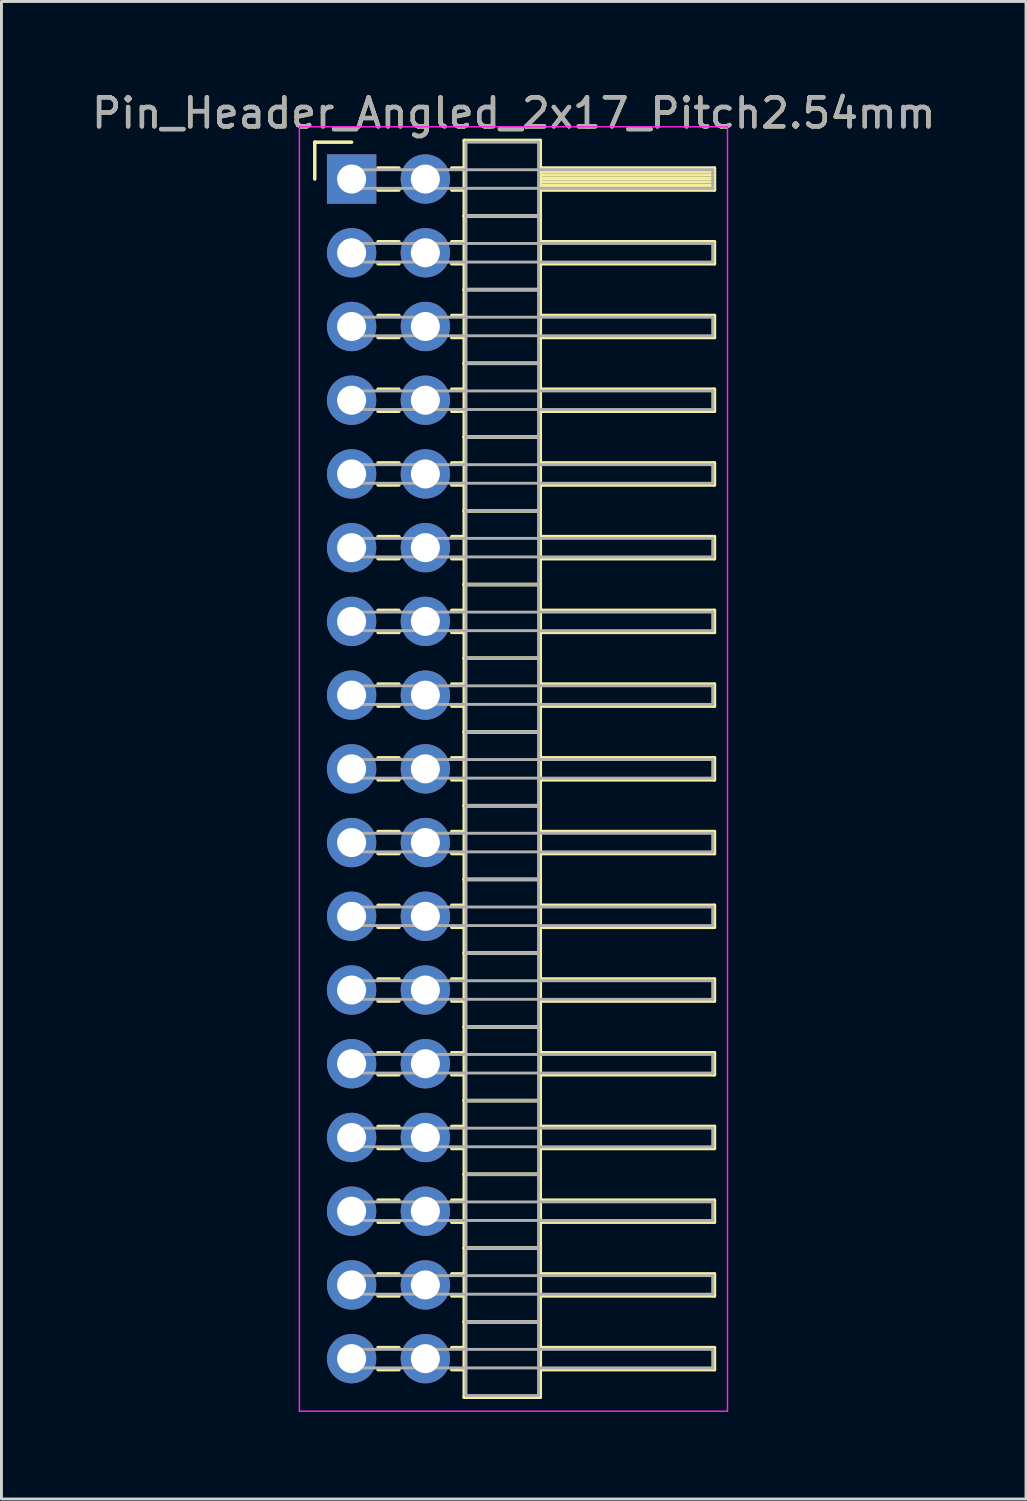
<source format=kicad_pcb>
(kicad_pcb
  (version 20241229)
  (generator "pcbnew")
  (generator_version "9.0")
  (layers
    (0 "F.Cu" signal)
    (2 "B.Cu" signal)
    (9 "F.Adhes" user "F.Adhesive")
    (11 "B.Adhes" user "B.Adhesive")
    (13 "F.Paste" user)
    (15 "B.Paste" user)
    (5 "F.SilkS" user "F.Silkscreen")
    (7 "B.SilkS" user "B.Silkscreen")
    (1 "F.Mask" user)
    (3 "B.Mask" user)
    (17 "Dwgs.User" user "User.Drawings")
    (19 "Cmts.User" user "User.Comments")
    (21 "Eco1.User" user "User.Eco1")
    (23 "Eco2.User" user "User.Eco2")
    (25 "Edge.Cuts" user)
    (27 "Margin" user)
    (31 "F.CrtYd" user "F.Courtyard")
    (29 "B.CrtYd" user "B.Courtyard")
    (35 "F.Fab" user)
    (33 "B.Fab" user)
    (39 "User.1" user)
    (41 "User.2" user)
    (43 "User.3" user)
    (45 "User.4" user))
  (footprint "Pin_Header_Angled_2x17_Pitch2.54mm"
    (layer "F.Cu")
    (at 9.064 3.118)
    (property "Reference" "Pin_Header_Angled_2x17_Pitch2.54mm" (at 5.585 -2.27 0) (layer "F.SilkS") (effects (font (size 1 1) (thickness 0.15))))
    (attr through_hole)
    (fp_line (start -1.27 -1.27) (end 0 -1.27) (stroke (width 0.12) (type solid)) (layer "F.SilkS"))
    (fp_line (start -1.27 0) (end -1.27 -1.27) (stroke (width 0.12) (type solid)) (layer "F.SilkS"))
    (fp_line (start 0.91 -0.38) (end 1.63 -0.38) (stroke (width 0.12) (type solid)) (layer "F.SilkS"))
    (fp_line (start 0.91 0.38) (end 1.63 0.38) (stroke (width 0.12) (type solid)) (layer "F.SilkS"))
    (fp_line (start 0.91 2.16) (end 1.63 2.16) (stroke (width 0.12) (type solid)) (layer "F.SilkS"))
    (fp_line (start 0.91 2.92) (end 1.63 2.92) (stroke (width 0.12) (type solid)) (layer "F.SilkS"))
    (fp_line (start 0.91 4.7) (end 1.63 4.7) (stroke (width 0.12) (type solid)) (layer "F.SilkS"))
    (fp_line (start 0.91 5.46) (end 1.63 5.46) (stroke (width 0.12) (type solid)) (layer "F.SilkS"))
    (fp_line (start 0.91 7.24) (end 1.63 7.24) (stroke (width 0.12) (type solid)) (layer "F.SilkS"))
    (fp_line (start 0.91 8) (end 1.63 8) (stroke (width 0.12) (type solid)) (layer "F.SilkS"))
    (fp_line (start 0.91 9.78) (end 1.63 9.78) (stroke (width 0.12) (type solid)) (layer "F.SilkS"))
    (fp_line (start 0.91 10.54) (end 1.63 10.54) (stroke (width 0.12) (type solid)) (layer "F.SilkS"))
    (fp_line (start 0.91 12.32) (end 1.63 12.32) (stroke (width 0.12) (type solid)) (layer "F.SilkS"))
    (fp_line (start 0.91 13.08) (end 1.63 13.08) (stroke (width 0.12) (type solid)) (layer "F.SilkS"))
    (fp_line (start 0.91 14.86) (end 1.63 14.86) (stroke (width 0.12) (type solid)) (layer "F.SilkS"))
    (fp_line (start 0.91 15.62) (end 1.63 15.62) (stroke (width 0.12) (type solid)) (layer "F.SilkS"))
    (fp_line (start 0.91 17.4) (end 1.63 17.4) (stroke (width 0.12) (type solid)) (layer "F.SilkS"))
    (fp_line (start 0.91 18.16) (end 1.63 18.16) (stroke (width 0.12) (type solid)) (layer "F.SilkS"))
    (fp_line (start 0.91 19.94) (end 1.63 19.94) (stroke (width 0.12) (type solid)) (layer "F.SilkS"))
    (fp_line (start 0.91 20.7) (end 1.63 20.7) (stroke (width 0.12) (type solid)) (layer "F.SilkS"))
    (fp_line (start 0.91 22.48) (end 1.63 22.48) (stroke (width 0.12) (type solid)) (layer "F.SilkS"))
    (fp_line (start 0.91 23.24) (end 1.63 23.24) (stroke (width 0.12) (type solid)) (layer "F.SilkS"))
    (fp_line (start 0.91 25.02) (end 1.63 25.02) (stroke (width 0.12) (type solid)) (layer "F.SilkS"))
    (fp_line (start 0.91 25.78) (end 1.63 25.78) (stroke (width 0.12) (type solid)) (layer "F.SilkS"))
    (fp_line (start 0.91 27.56) (end 1.63 27.56) (stroke (width 0.12) (type solid)) (layer "F.SilkS"))
    (fp_line (start 0.91 28.32) (end 1.63 28.32) (stroke (width 0.12) (type solid)) (layer "F.SilkS"))
    (fp_line (start 0.91 30.1) (end 1.63 30.1) (stroke (width 0.12) (type solid)) (layer "F.SilkS"))
    (fp_line (start 0.91 30.86) (end 1.63 30.86) (stroke (width 0.12) (type solid)) (layer "F.SilkS"))
    (fp_line (start 0.91 32.64) (end 1.63 32.64) (stroke (width 0.12) (type solid)) (layer "F.SilkS"))
    (fp_line (start 0.91 33.4) (end 1.63 33.4) (stroke (width 0.12) (type solid)) (layer "F.SilkS"))
    (fp_line (start 0.91 35.18) (end 1.63 35.18) (stroke (width 0.12) (type solid)) (layer "F.SilkS"))
    (fp_line (start 0.91 35.94) (end 1.63 35.94) (stroke (width 0.12) (type solid)) (layer "F.SilkS"))
    (fp_line (start 0.91 37.72) (end 1.63 37.72) (stroke (width 0.12) (type solid)) (layer "F.SilkS"))
    (fp_line (start 0.91 38.48) (end 1.63 38.48) (stroke (width 0.12) (type solid)) (layer "F.SilkS"))
    (fp_line (start 0.91 40.26) (end 1.63 40.26) (stroke (width 0.12) (type solid)) (layer "F.SilkS"))
    (fp_line (start 0.91 41.02) (end 1.63 41.02) (stroke (width 0.12) (type solid)) (layer "F.SilkS"))
    (fp_line (start 3.45 -0.38) (end 3.88 -0.38) (stroke (width 0.12) (type solid)) (layer "F.SilkS"))
    (fp_line (start 3.45 0.38) (end 3.88 0.38) (stroke (width 0.12) (type solid)) (layer "F.SilkS"))
    (fp_line (start 3.45 2.16) (end 3.88 2.16) (stroke (width 0.12) (type solid)) (layer "F.SilkS"))
    (fp_line (start 3.45 2.92) (end 3.88 2.92) (stroke (width 0.12) (type solid)) (layer "F.SilkS"))
    (fp_line (start 3.45 4.7) (end 3.88 4.7) (stroke (width 0.12) (type solid)) (layer "F.SilkS"))
    (fp_line (start 3.45 5.46) (end 3.88 5.46) (stroke (width 0.12) (type solid)) (layer "F.SilkS"))
    (fp_line (start 3.45 7.24) (end 3.88 7.24) (stroke (width 0.12) (type solid)) (layer "F.SilkS"))
    (fp_line (start 3.45 8) (end 3.88 8) (stroke (width 0.12) (type solid)) (layer "F.SilkS"))
    (fp_line (start 3.45 9.78) (end 3.88 9.78) (stroke (width 0.12) (type solid)) (layer "F.SilkS"))
    (fp_line (start 3.45 10.54) (end 3.88 10.54) (stroke (width 0.12) (type solid)) (layer "F.SilkS"))
    (fp_line (start 3.45 12.32) (end 3.88 12.32) (stroke (width 0.12) (type solid)) (layer "F.SilkS"))
    (fp_line (start 3.45 13.08) (end 3.88 13.08) (stroke (width 0.12) (type solid)) (layer "F.SilkS"))
    (fp_line (start 3.45 14.86) (end 3.88 14.86) (stroke (width 0.12) (type solid)) (layer "F.SilkS"))
    (fp_line (start 3.45 15.62) (end 3.88 15.62) (stroke (width 0.12) (type solid)) (layer "F.SilkS"))
    (fp_line (start 3.45 17.4) (end 3.88 17.4) (stroke (width 0.12) (type solid)) (layer "F.SilkS"))
    (fp_line (start 3.45 18.16) (end 3.88 18.16) (stroke (width 0.12) (type solid)) (layer "F.SilkS"))
    (fp_line (start 3.45 19.94) (end 3.88 19.94) (stroke (width 0.12) (type solid)) (layer "F.SilkS"))
    (fp_line (start 3.45 20.7) (end 3.88 20.7) (stroke (width 0.12) (type solid)) (layer "F.SilkS"))
    (fp_line (start 3.45 22.48) (end 3.88 22.48) (stroke (width 0.12) (type solid)) (layer "F.SilkS"))
    (fp_line (start 3.45 23.24) (end 3.88 23.24) (stroke (width 0.12) (type solid)) (layer "F.SilkS"))
    (fp_line (start 3.45 25.02) (end 3.88 25.02) (stroke (width 0.12) (type solid)) (layer "F.SilkS"))
    (fp_line (start 3.45 25.78) (end 3.88 25.78) (stroke (width 0.12) (type solid)) (layer "F.SilkS"))
    (fp_line (start 3.45 27.56) (end 3.88 27.56) (stroke (width 0.12) (type solid)) (layer "F.SilkS"))
    (fp_line (start 3.45 28.32) (end 3.88 28.32) (stroke (width 0.12) (type solid)) (layer "F.SilkS"))
    (fp_line (start 3.45 30.1) (end 3.88 30.1) (stroke (width 0.12) (type solid)) (layer "F.SilkS"))
    (fp_line (start 3.45 30.86) (end 3.88 30.86) (stroke (width 0.12) (type solid)) (layer "F.SilkS"))
    (fp_line (start 3.45 32.64) (end 3.88 32.64) (stroke (width 0.12) (type solid)) (layer "F.SilkS"))
    (fp_line (start 3.45 33.4) (end 3.88 33.4) (stroke (width 0.12) (type solid)) (layer "F.SilkS"))
    (fp_line (start 3.45 35.18) (end 3.88 35.18) (stroke (width 0.12) (type solid)) (layer "F.SilkS"))
    (fp_line (start 3.45 35.94) (end 3.88 35.94) (stroke (width 0.12) (type solid)) (layer "F.SilkS"))
    (fp_line (start 3.45 37.72) (end 3.88 37.72) (stroke (width 0.12) (type solid)) (layer "F.SilkS"))
    (fp_line (start 3.45 38.48) (end 3.88 38.48) (stroke (width 0.12) (type solid)) (layer "F.SilkS"))
    (fp_line (start 3.45 40.26) (end 3.88 40.26) (stroke (width 0.12) (type solid)) (layer "F.SilkS"))
    (fp_line (start 3.45 41.02) (end 3.88 41.02) (stroke (width 0.12) (type solid)) (layer "F.SilkS"))
    (fp_line (start 3.88 -1.33) (end 3.88 1.27) (stroke (width 0.12) (type solid)) (layer "F.SilkS"))
    (fp_line (start 3.88 1.27) (end 3.88 3.81) (stroke (width 0.12) (type solid)) (layer "F.SilkS"))
    (fp_line (start 3.88 1.27) (end 6.5 1.27) (stroke (width 0.12) (type solid)) (layer "F.SilkS"))
    (fp_line (start 3.88 3.81) (end 3.88 6.35) (stroke (width 0.12) (type solid)) (layer "F.SilkS"))
    (fp_line (start 3.88 3.81) (end 6.5 3.81) (stroke (width 0.12) (type solid)) (layer "F.SilkS"))
    (fp_line (start 3.88 6.35) (end 3.88 8.89) (stroke (width 0.12) (type solid)) (layer "F.SilkS"))
    (fp_line (start 3.88 6.35) (end 6.5 6.35) (stroke (width 0.12) (type solid)) (layer "F.SilkS"))
    (fp_line (start 3.88 8.89) (end 3.88 11.43) (stroke (width 0.12) (type solid)) (layer "F.SilkS"))
    (fp_line (start 3.88 8.89) (end 6.5 8.89) (stroke (width 0.12) (type solid)) (layer "F.SilkS"))
    (fp_line (start 3.88 11.43) (end 3.88 13.97) (stroke (width 0.12) (type solid)) (layer "F.SilkS"))
    (fp_line (start 3.88 11.43) (end 6.5 11.43) (stroke (width 0.12) (type solid)) (layer "F.SilkS"))
    (fp_line (start 3.88 13.97) (end 3.88 16.51) (stroke (width 0.12) (type solid)) (layer "F.SilkS"))
    (fp_line (start 3.88 13.97) (end 6.5 13.97) (stroke (width 0.12) (type solid)) (layer "F.SilkS"))
    (fp_line (start 3.88 16.51) (end 3.88 19.05) (stroke (width 0.12) (type solid)) (layer "F.SilkS"))
    (fp_line (start 3.88 16.51) (end 6.5 16.51) (stroke (width 0.12) (type solid)) (layer "F.SilkS"))
    (fp_line (start 3.88 19.05) (end 3.88 21.59) (stroke (width 0.12) (type solid)) (layer "F.SilkS"))
    (fp_line (start 3.88 19.05) (end 6.5 19.05) (stroke (width 0.12) (type solid)) (layer "F.SilkS"))
    (fp_line (start 3.88 21.59) (end 3.88 24.13) (stroke (width 0.12) (type solid)) (layer "F.SilkS"))
    (fp_line (start 3.88 21.59) (end 6.5 21.59) (stroke (width 0.12) (type solid)) (layer "F.SilkS"))
    (fp_line (start 3.88 24.13) (end 3.88 26.67) (stroke (width 0.12) (type solid)) (layer "F.SilkS"))
    (fp_line (start 3.88 24.13) (end 6.5 24.13) (stroke (width 0.12) (type solid)) (layer "F.SilkS"))
    (fp_line (start 3.88 26.67) (end 3.88 29.21) (stroke (width 0.12) (type solid)) (layer "F.SilkS"))
    (fp_line (start 3.88 26.67) (end 6.5 26.67) (stroke (width 0.12) (type solid)) (layer "F.SilkS"))
    (fp_line (start 3.88 29.21) (end 3.88 31.75) (stroke (width 0.12) (type solid)) (layer "F.SilkS"))
    (fp_line (start 3.88 29.21) (end 6.5 29.21) (stroke (width 0.12) (type solid)) (layer "F.SilkS"))
    (fp_line (start 3.88 31.75) (end 3.88 34.29) (stroke (width 0.12) (type solid)) (layer "F.SilkS"))
    (fp_line (start 3.88 31.75) (end 6.5 31.75) (stroke (width 0.12) (type solid)) (layer "F.SilkS"))
    (fp_line (start 3.88 34.29) (end 3.88 36.83) (stroke (width 0.12) (type solid)) (layer "F.SilkS"))
    (fp_line (start 3.88 34.29) (end 6.5 34.29) (stroke (width 0.12) (type solid)) (layer "F.SilkS"))
    (fp_line (start 3.88 36.83) (end 3.88 39.37) (stroke (width 0.12) (type solid)) (layer "F.SilkS"))
    (fp_line (start 3.88 36.83) (end 6.5 36.83) (stroke (width 0.12) (type solid)) (layer "F.SilkS"))
    (fp_line (start 3.88 39.37) (end 3.88 41.97) (stroke (width 0.12) (type solid)) (layer "F.SilkS"))
    (fp_line (start 3.88 39.37) (end 6.5 39.37) (stroke (width 0.12) (type solid)) (layer "F.SilkS"))
    (fp_line (start 3.88 41.97) (end 6.5 41.97) (stroke (width 0.12) (type solid)) (layer "F.SilkS"))
    (fp_line (start 6.5 -1.33) (end 3.88 -1.33) (stroke (width 0.12) (type solid)) (layer "F.SilkS"))
    (fp_line (start 6.5 -0.38) (end 6.5 0.38) (stroke (width 0.12) (type solid)) (layer "F.SilkS"))
    (fp_line (start 6.5 -0.26) (end 12.5 -0.26) (stroke (width 0.12) (type solid)) (layer "F.SilkS"))
    (fp_line (start 6.5 -0.14) (end 12.5 -0.14) (stroke (width 0.12) (type solid)) (layer "F.SilkS"))
    (fp_line (start 6.5 -0.02) (end 12.5 -0.02) (stroke (width 0.12) (type solid)) (layer "F.SilkS"))
    (fp_line (start 6.5 0.1) (end 12.5 0.1) (stroke (width 0.12) (type solid)) (layer "F.SilkS"))
    (fp_line (start 6.5 0.22) (end 12.5 0.22) (stroke (width 0.12) (type solid)) (layer "F.SilkS"))
    (fp_line (start 6.5 0.34) (end 12.5 0.34) (stroke (width 0.12) (type solid)) (layer "F.SilkS"))
    (fp_line (start 6.5 0.38) (end 12.5 0.38) (stroke (width 0.12) (type solid)) (layer "F.SilkS"))
    (fp_line (start 6.5 1.27) (end 3.88 1.27) (stroke (width 0.12) (type solid)) (layer "F.SilkS"))
    (fp_line (start 6.5 1.27) (end 6.5 -1.33) (stroke (width 0.12) (type solid)) (layer "F.SilkS"))
    (fp_line (start 6.5 2.16) (end 6.5 2.92) (stroke (width 0.12) (type solid)) (layer "F.SilkS"))
    (fp_line (start 6.5 2.92) (end 12.5 2.92) (stroke (width 0.12) (type solid)) (layer "F.SilkS"))
    (fp_line (start 6.5 3.81) (end 3.88 3.81) (stroke (width 0.12) (type solid)) (layer "F.SilkS"))
    (fp_line (start 6.5 3.81) (end 6.5 1.27) (stroke (width 0.12) (type solid)) (layer "F.SilkS"))
    (fp_line (start 6.5 4.7) (end 6.5 5.46) (stroke (width 0.12) (type solid)) (layer "F.SilkS"))
    (fp_line (start 6.5 5.46) (end 12.5 5.46) (stroke (width 0.12) (type solid)) (layer "F.SilkS"))
    (fp_line (start 6.5 6.35) (end 3.88 6.35) (stroke (width 0.12) (type solid)) (layer "F.SilkS"))
    (fp_line (start 6.5 6.35) (end 6.5 3.81) (stroke (width 0.12) (type solid)) (layer "F.SilkS"))
    (fp_line (start 6.5 7.24) (end 6.5 8) (stroke (width 0.12) (type solid)) (layer "F.SilkS"))
    (fp_line (start 6.5 8) (end 12.5 8) (stroke (width 0.12) (type solid)) (layer "F.SilkS"))
    (fp_line (start 6.5 8.89) (end 3.88 8.89) (stroke (width 0.12) (type solid)) (layer "F.SilkS"))
    (fp_line (start 6.5 8.89) (end 6.5 6.35) (stroke (width 0.12) (type solid)) (layer "F.SilkS"))
    (fp_line (start 6.5 9.78) (end 6.5 10.54) (stroke (width 0.12) (type solid)) (layer "F.SilkS"))
    (fp_line (start 6.5 10.54) (end 12.5 10.54) (stroke (width 0.12) (type solid)) (layer "F.SilkS"))
    (fp_line (start 6.5 11.43) (end 3.88 11.43) (stroke (width 0.12) (type solid)) (layer "F.SilkS"))
    (fp_line (start 6.5 11.43) (end 6.5 8.89) (stroke (width 0.12) (type solid)) (layer "F.SilkS"))
    (fp_line (start 6.5 12.32) (end 6.5 13.08) (stroke (width 0.12) (type solid)) (layer "F.SilkS"))
    (fp_line (start 6.5 13.08) (end 12.5 13.08) (stroke (width 0.12) (type solid)) (layer "F.SilkS"))
    (fp_line (start 6.5 13.97) (end 3.88 13.97) (stroke (width 0.12) (type solid)) (layer "F.SilkS"))
    (fp_line (start 6.5 13.97) (end 6.5 11.43) (stroke (width 0.12) (type solid)) (layer "F.SilkS"))
    (fp_line (start 6.5 14.86) (end 6.5 15.62) (stroke (width 0.12) (type solid)) (layer "F.SilkS"))
    (fp_line (start 6.5 15.62) (end 12.5 15.62) (stroke (width 0.12) (type solid)) (layer "F.SilkS"))
    (fp_line (start 6.5 16.51) (end 3.88 16.51) (stroke (width 0.12) (type solid)) (layer "F.SilkS"))
    (fp_line (start 6.5 16.51) (end 6.5 13.97) (stroke (width 0.12) (type solid)) (layer "F.SilkS"))
    (fp_line (start 6.5 17.4) (end 6.5 18.16) (stroke (width 0.12) (type solid)) (layer "F.SilkS"))
    (fp_line (start 6.5 18.16) (end 12.5 18.16) (stroke (width 0.12) (type solid)) (layer "F.SilkS"))
    (fp_line (start 6.5 19.05) (end 3.88 19.05) (stroke (width 0.12) (type solid)) (layer "F.SilkS"))
    (fp_line (start 6.5 19.05) (end 6.5 16.51) (stroke (width 0.12) (type solid)) (layer "F.SilkS"))
    (fp_line (start 6.5 19.94) (end 6.5 20.7) (stroke (width 0.12) (type solid)) (layer "F.SilkS"))
    (fp_line (start 6.5 20.7) (end 12.5 20.7) (stroke (width 0.12) (type solid)) (layer "F.SilkS"))
    (fp_line (start 6.5 21.59) (end 3.88 21.59) (stroke (width 0.12) (type solid)) (layer "F.SilkS"))
    (fp_line (start 6.5 21.59) (end 6.5 19.05) (stroke (width 0.12) (type solid)) (layer "F.SilkS"))
    (fp_line (start 6.5 22.48) (end 6.5 23.24) (stroke (width 0.12) (type solid)) (layer "F.SilkS"))
    (fp_line (start 6.5 23.24) (end 12.5 23.24) (stroke (width 0.12) (type solid)) (layer "F.SilkS"))
    (fp_line (start 6.5 24.13) (end 3.88 24.13) (stroke (width 0.12) (type solid)) (layer "F.SilkS"))
    (fp_line (start 6.5 24.13) (end 6.5 21.59) (stroke (width 0.12) (type solid)) (layer "F.SilkS"))
    (fp_line (start 6.5 25.02) (end 6.5 25.78) (stroke (width 0.12) (type solid)) (layer "F.SilkS"))
    (fp_line (start 6.5 25.78) (end 12.5 25.78) (stroke (width 0.12) (type solid)) (layer "F.SilkS"))
    (fp_line (start 6.5 26.67) (end 3.88 26.67) (stroke (width 0.12) (type solid)) (layer "F.SilkS"))
    (fp_line (start 6.5 26.67) (end 6.5 24.13) (stroke (width 0.12) (type solid)) (layer "F.SilkS"))
    (fp_line (start 6.5 27.56) (end 6.5 28.32) (stroke (width 0.12) (type solid)) (layer "F.SilkS"))
    (fp_line (start 6.5 28.32) (end 12.5 28.32) (stroke (width 0.12) (type solid)) (layer "F.SilkS"))
    (fp_line (start 6.5 29.21) (end 3.88 29.21) (stroke (width 0.12) (type solid)) (layer "F.SilkS"))
    (fp_line (start 6.5 29.21) (end 6.5 26.67) (stroke (width 0.12) (type solid)) (layer "F.SilkS"))
    (fp_line (start 6.5 30.1) (end 6.5 30.86) (stroke (width 0.12) (type solid)) (layer "F.SilkS"))
    (fp_line (start 6.5 30.86) (end 12.5 30.86) (stroke (width 0.12) (type solid)) (layer "F.SilkS"))
    (fp_line (start 6.5 31.75) (end 3.88 31.75) (stroke (width 0.12) (type solid)) (layer "F.SilkS"))
    (fp_line (start 6.5 31.75) (end 6.5 29.21) (stroke (width 0.12) (type solid)) (layer "F.SilkS"))
    (fp_line (start 6.5 32.64) (end 6.5 33.4) (stroke (width 0.12) (type solid)) (layer "F.SilkS"))
    (fp_line (start 6.5 33.4) (end 12.5 33.4) (stroke (width 0.12) (type solid)) (layer "F.SilkS"))
    (fp_line (start 6.5 34.29) (end 3.88 34.29) (stroke (width 0.12) (type solid)) (layer "F.SilkS"))
    (fp_line (start 6.5 34.29) (end 6.5 31.75) (stroke (width 0.12) (type solid)) (layer "F.SilkS"))
    (fp_line (start 6.5 35.18) (end 6.5 35.94) (stroke (width 0.12) (type solid)) (layer "F.SilkS"))
    (fp_line (start 6.5 35.94) (end 12.5 35.94) (stroke (width 0.12) (type solid)) (layer "F.SilkS"))
    (fp_line (start 6.5 36.83) (end 3.88 36.83) (stroke (width 0.12) (type solid)) (layer "F.SilkS"))
    (fp_line (start 6.5 36.83) (end 6.5 34.29) (stroke (width 0.12) (type solid)) (layer "F.SilkS"))
    (fp_line (start 6.5 37.72) (end 6.5 38.48) (stroke (width 0.12) (type solid)) (layer "F.SilkS"))
    (fp_line (start 6.5 38.48) (end 12.5 38.48) (stroke (width 0.12) (type solid)) (layer "F.SilkS"))
    (fp_line (start 6.5 39.37) (end 3.88 39.37) (stroke (width 0.12) (type solid)) (layer "F.SilkS"))
    (fp_line (start 6.5 39.37) (end 6.5 36.83) (stroke (width 0.12) (type solid)) (layer "F.SilkS"))
    (fp_line (start 6.5 40.26) (end 6.5 41.02) (stroke (width 0.12) (type solid)) (layer "F.SilkS"))
    (fp_line (start 6.5 41.02) (end 12.5 41.02) (stroke (width 0.12) (type solid)) (layer "F.SilkS"))
    (fp_line (start 6.5 41.97) (end 6.5 39.37) (stroke (width 0.12) (type solid)) (layer "F.SilkS"))
    (fp_line (start 12.5 -0.38) (end 6.5 -0.38) (stroke (width 0.12) (type solid)) (layer "F.SilkS"))
    (fp_line (start 12.5 0.38) (end 12.5 -0.38) (stroke (width 0.12) (type solid)) (layer "F.SilkS"))
    (fp_line (start 12.5 2.16) (end 6.5 2.16) (stroke (width 0.12) (type solid)) (layer "F.SilkS"))
    (fp_line (start 12.5 2.92) (end 12.5 2.16) (stroke (width 0.12) (type solid)) (layer "F.SilkS"))
    (fp_line (start 12.5 4.7) (end 6.5 4.7) (stroke (width 0.12) (type solid)) (layer "F.SilkS"))
    (fp_line (start 12.5 5.46) (end 12.5 4.7) (stroke (width 0.12) (type solid)) (layer "F.SilkS"))
    (fp_line (start 12.5 7.24) (end 6.5 7.24) (stroke (width 0.12) (type solid)) (layer "F.SilkS"))
    (fp_line (start 12.5 8) (end 12.5 7.24) (stroke (width 0.12) (type solid)) (layer "F.SilkS"))
    (fp_line (start 12.5 9.78) (end 6.5 9.78) (stroke (width 0.12) (type solid)) (layer "F.SilkS"))
    (fp_line (start 12.5 10.54) (end 12.5 9.78) (stroke (width 0.12) (type solid)) (layer "F.SilkS"))
    (fp_line (start 12.5 12.32) (end 6.5 12.32) (stroke (width 0.12) (type solid)) (layer "F.SilkS"))
    (fp_line (start 12.5 13.08) (end 12.5 12.32) (stroke (width 0.12) (type solid)) (layer "F.SilkS"))
    (fp_line (start 12.5 14.86) (end 6.5 14.86) (stroke (width 0.12) (type solid)) (layer "F.SilkS"))
    (fp_line (start 12.5 15.62) (end 12.5 14.86) (stroke (width 0.12) (type solid)) (layer "F.SilkS"))
    (fp_line (start 12.5 17.4) (end 6.5 17.4) (stroke (width 0.12) (type solid)) (layer "F.SilkS"))
    (fp_line (start 12.5 18.16) (end 12.5 17.4) (stroke (width 0.12) (type solid)) (layer "F.SilkS"))
    (fp_line (start 12.5 19.94) (end 6.5 19.94) (stroke (width 0.12) (type solid)) (layer "F.SilkS"))
    (fp_line (start 12.5 20.7) (end 12.5 19.94) (stroke (width 0.12) (type solid)) (layer "F.SilkS"))
    (fp_line (start 12.5 22.48) (end 6.5 22.48) (stroke (width 0.12) (type solid)) (layer "F.SilkS"))
    (fp_line (start 12.5 23.24) (end 12.5 22.48) (stroke (width 0.12) (type solid)) (layer "F.SilkS"))
    (fp_line (start 12.5 25.02) (end 6.5 25.02) (stroke (width 0.12) (type solid)) (layer "F.SilkS"))
    (fp_line (start 12.5 25.78) (end 12.5 25.02) (stroke (width 0.12) (type solid)) (layer "F.SilkS"))
    (fp_line (start 12.5 27.56) (end 6.5 27.56) (stroke (width 0.12) (type solid)) (layer "F.SilkS"))
    (fp_line (start 12.5 28.32) (end 12.5 27.56) (stroke (width 0.12) (type solid)) (layer "F.SilkS"))
    (fp_line (start 12.5 30.1) (end 6.5 30.1) (stroke (width 0.12) (type solid)) (layer "F.SilkS"))
    (fp_line (start 12.5 30.86) (end 12.5 30.1) (stroke (width 0.12) (type solid)) (layer "F.SilkS"))
    (fp_line (start 12.5 32.64) (end 6.5 32.64) (stroke (width 0.12) (type solid)) (layer "F.SilkS"))
    (fp_line (start 12.5 33.4) (end 12.5 32.64) (stroke (width 0.12) (type solid)) (layer "F.SilkS"))
    (fp_line (start 12.5 35.18) (end 6.5 35.18) (stroke (width 0.12) (type solid)) (layer "F.SilkS"))
    (fp_line (start 12.5 35.94) (end 12.5 35.18) (stroke (width 0.12) (type solid)) (layer "F.SilkS"))
    (fp_line (start 12.5 37.72) (end 6.5 37.72) (stroke (width 0.12) (type solid)) (layer "F.SilkS"))
    (fp_line (start 12.5 38.48) (end 12.5 37.72) (stroke (width 0.12) (type solid)) (layer "F.SilkS"))
    (fp_line (start 12.5 40.26) (end 6.5 40.26) (stroke (width 0.12) (type solid)) (layer "F.SilkS"))
    (fp_line (start 12.5 41.02) (end 12.5 40.26) (stroke (width 0.12) (type solid)) (layer "F.SilkS"))
    (fp_line (start -1.8 -1.8) (end -1.8 42.45) (stroke (width 0.05) (type solid)) (layer "F.CrtYd"))
    (fp_line (start -1.8 42.45) (end 12.95 42.45) (stroke (width 0.05) (type solid)) (layer "F.CrtYd"))
    (fp_line (start 12.95 -1.8) (end -1.8 -1.8) (stroke (width 0.05) (type solid)) (layer "F.CrtYd"))
    (fp_line (start 12.95 42.45) (end 12.95 -1.8) (stroke (width 0.05) (type solid)) (layer "F.CrtYd"))
    (fp_line (start 0 -0.32) (end 0 0.32) (stroke (width 0.1) (type solid)) (layer "F.Fab"))
    (fp_line (start 0 0.32) (end 12.44 0.32) (stroke (width 0.1) (type solid)) (layer "F.Fab"))
    (fp_line (start 0 2.22) (end 0 2.86) (stroke (width 0.1) (type solid)) (layer "F.Fab"))
    (fp_line (start 0 2.86) (end 12.44 2.86) (stroke (width 0.1) (type solid)) (layer "F.Fab"))
    (fp_line (start 0 4.76) (end 0 5.4) (stroke (width 0.1) (type solid)) (layer "F.Fab"))
    (fp_line (start 0 5.4) (end 12.44 5.4) (stroke (width 0.1) (type solid)) (layer "F.Fab"))
    (fp_line (start 0 7.3) (end 0 7.94) (stroke (width 0.1) (type solid)) (layer "F.Fab"))
    (fp_line (start 0 7.94) (end 12.44 7.94) (stroke (width 0.1) (type solid)) (layer "F.Fab"))
    (fp_line (start 0 9.84) (end 0 10.48) (stroke (width 0.1) (type solid)) (layer "F.Fab"))
    (fp_line (start 0 10.48) (end 12.44 10.48) (stroke (width 0.1) (type solid)) (layer "F.Fab"))
    (fp_line (start 0 12.38) (end 0 13.02) (stroke (width 0.1) (type solid)) (layer "F.Fab"))
    (fp_line (start 0 13.02) (end 12.44 13.02) (stroke (width 0.1) (type solid)) (layer "F.Fab"))
    (fp_line (start 0 14.92) (end 0 15.56) (stroke (width 0.1) (type solid)) (layer "F.Fab"))
    (fp_line (start 0 15.56) (end 12.44 15.56) (stroke (width 0.1) (type solid)) (layer "F.Fab"))
    (fp_line (start 0 17.46) (end 0 18.1) (stroke (width 0.1) (type solid)) (layer "F.Fab"))
    (fp_line (start 0 18.1) (end 12.44 18.1) (stroke (width 0.1) (type solid)) (layer "F.Fab"))
    (fp_line (start 0 20) (end 0 20.64) (stroke (width 0.1) (type solid)) (layer "F.Fab"))
    (fp_line (start 0 20.64) (end 12.44 20.64) (stroke (width 0.1) (type solid)) (layer "F.Fab"))
    (fp_line (start 0 22.54) (end 0 23.18) (stroke (width 0.1) (type solid)) (layer "F.Fab"))
    (fp_line (start 0 23.18) (end 12.44 23.18) (stroke (width 0.1) (type solid)) (layer "F.Fab"))
    (fp_line (start 0 25.08) (end 0 25.72) (stroke (width 0.1) (type solid)) (layer "F.Fab"))
    (fp_line (start 0 25.72) (end 12.44 25.72) (stroke (width 0.1) (type solid)) (layer "F.Fab"))
    (fp_line (start 0 27.62) (end 0 28.26) (stroke (width 0.1) (type solid)) (layer "F.Fab"))
    (fp_line (start 0 28.26) (end 12.44 28.26) (stroke (width 0.1) (type solid)) (layer "F.Fab"))
    (fp_line (start 0 30.16) (end 0 30.8) (stroke (width 0.1) (type solid)) (layer "F.Fab"))
    (fp_line (start 0 30.8) (end 12.44 30.8) (stroke (width 0.1) (type solid)) (layer "F.Fab"))
    (fp_line (start 0 32.7) (end 0 33.34) (stroke (width 0.1) (type solid)) (layer "F.Fab"))
    (fp_line (start 0 33.34) (end 12.44 33.34) (stroke (width 0.1) (type solid)) (layer "F.Fab"))
    (fp_line (start 0 35.24) (end 0 35.88) (stroke (width 0.1) (type solid)) (layer "F.Fab"))
    (fp_line (start 0 35.88) (end 12.44 35.88) (stroke (width 0.1) (type solid)) (layer "F.Fab"))
    (fp_line (start 0 37.78) (end 0 38.42) (stroke (width 0.1) (type solid)) (layer "F.Fab"))
    (fp_line (start 0 38.42) (end 12.44 38.42) (stroke (width 0.1) (type solid)) (layer "F.Fab"))
    (fp_line (start 0 40.32) (end 0 40.96) (stroke (width 0.1) (type solid)) (layer "F.Fab"))
    (fp_line (start 0 40.96) (end 12.44 40.96) (stroke (width 0.1) (type solid)) (layer "F.Fab"))
    (fp_line (start 3.94 -1.27) (end 3.94 1.27) (stroke (width 0.1) (type solid)) (layer "F.Fab"))
    (fp_line (start 3.94 1.27) (end 3.94 3.81) (stroke (width 0.1) (type solid)) (layer "F.Fab"))
    (fp_line (start 3.94 1.27) (end 6.44 1.27) (stroke (width 0.1) (type solid)) (layer "F.Fab"))
    (fp_line (start 3.94 3.81) (end 3.94 6.35) (stroke (width 0.1) (type solid)) (layer "F.Fab"))
    (fp_line (start 3.94 3.81) (end 6.44 3.81) (stroke (width 0.1) (type solid)) (layer "F.Fab"))
    (fp_line (start 3.94 6.35) (end 3.94 8.89) (stroke (width 0.1) (type solid)) (layer "F.Fab"))
    (fp_line (start 3.94 6.35) (end 6.44 6.35) (stroke (width 0.1) (type solid)) (layer "F.Fab"))
    (fp_line (start 3.94 8.89) (end 3.94 11.43) (stroke (width 0.1) (type solid)) (layer "F.Fab"))
    (fp_line (start 3.94 8.89) (end 6.44 8.89) (stroke (width 0.1) (type solid)) (layer "F.Fab"))
    (fp_line (start 3.94 11.43) (end 3.94 13.97) (stroke (width 0.1) (type solid)) (layer "F.Fab"))
    (fp_line (start 3.94 11.43) (end 6.44 11.43) (stroke (width 0.1) (type solid)) (layer "F.Fab"))
    (fp_line (start 3.94 13.97) (end 3.94 16.51) (stroke (width 0.1) (type solid)) (layer "F.Fab"))
    (fp_line (start 3.94 13.97) (end 6.44 13.97) (stroke (width 0.1) (type solid)) (layer "F.Fab"))
    (fp_line (start 3.94 16.51) (end 3.94 19.05) (stroke (width 0.1) (type solid)) (layer "F.Fab"))
    (fp_line (start 3.94 16.51) (end 6.44 16.51) (stroke (width 0.1) (type solid)) (layer "F.Fab"))
    (fp_line (start 3.94 19.05) (end 3.94 21.59) (stroke (width 0.1) (type solid)) (layer "F.Fab"))
    (fp_line (start 3.94 19.05) (end 6.44 19.05) (stroke (width 0.1) (type solid)) (layer "F.Fab"))
    (fp_line (start 3.94 21.59) (end 3.94 24.13) (stroke (width 0.1) (type solid)) (layer "F.Fab"))
    (fp_line (start 3.94 21.59) (end 6.44 21.59) (stroke (width 0.1) (type solid)) (layer "F.Fab"))
    (fp_line (start 3.94 24.13) (end 3.94 26.67) (stroke (width 0.1) (type solid)) (layer "F.Fab"))
    (fp_line (start 3.94 24.13) (end 6.44 24.13) (stroke (width 0.1) (type solid)) (layer "F.Fab"))
    (fp_line (start 3.94 26.67) (end 3.94 29.21) (stroke (width 0.1) (type solid)) (layer "F.Fab"))
    (fp_line (start 3.94 26.67) (end 6.44 26.67) (stroke (width 0.1) (type solid)) (layer "F.Fab"))
    (fp_line (start 3.94 29.21) (end 3.94 31.75) (stroke (width 0.1) (type solid)) (layer "F.Fab"))
    (fp_line (start 3.94 29.21) (end 6.44 29.21) (stroke (width 0.1) (type solid)) (layer "F.Fab"))
    (fp_line (start 3.94 31.75) (end 3.94 34.29) (stroke (width 0.1) (type solid)) (layer "F.Fab"))
    (fp_line (start 3.94 31.75) (end 6.44 31.75) (stroke (width 0.1) (type solid)) (layer "F.Fab"))
    (fp_line (start 3.94 34.29) (end 3.94 36.83) (stroke (width 0.1) (type solid)) (layer "F.Fab"))
    (fp_line (start 3.94 34.29) (end 6.44 34.29) (stroke (width 0.1) (type solid)) (layer "F.Fab"))
    (fp_line (start 3.94 36.83) (end 3.94 39.37) (stroke (width 0.1) (type solid)) (layer "F.Fab"))
    (fp_line (start 3.94 36.83) (end 6.44 36.83) (stroke (width 0.1) (type solid)) (layer "F.Fab"))
    (fp_line (start 3.94 39.37) (end 3.94 41.91) (stroke (width 0.1) (type solid)) (layer "F.Fab"))
    (fp_line (start 3.94 39.37) (end 6.44 39.37) (stroke (width 0.1) (type solid)) (layer "F.Fab"))
    (fp_line (start 3.94 41.91) (end 6.44 41.91) (stroke (width 0.1) (type solid)) (layer "F.Fab"))
    (fp_line (start 6.44 -1.27) (end 3.94 -1.27) (stroke (width 0.1) (type solid)) (layer "F.Fab"))
    (fp_line (start 6.44 1.27) (end 3.94 1.27) (stroke (width 0.1) (type solid)) (layer "F.Fab"))
    (fp_line (start 6.44 1.27) (end 6.44 -1.27) (stroke (width 0.1) (type solid)) (layer "F.Fab"))
    (fp_line (start 6.44 3.81) (end 3.94 3.81) (stroke (width 0.1) (type solid)) (layer "F.Fab"))
    (fp_line (start 6.44 3.81) (end 6.44 1.27) (stroke (width 0.1) (type solid)) (layer "F.Fab"))
    (fp_line (start 6.44 6.35) (end 3.94 6.35) (stroke (width 0.1) (type solid)) (layer "F.Fab"))
    (fp_line (start 6.44 6.35) (end 6.44 3.81) (stroke (width 0.1) (type solid)) (layer "F.Fab"))
    (fp_line (start 6.44 8.89) (end 3.94 8.89) (stroke (width 0.1) (type solid)) (layer "F.Fab"))
    (fp_line (start 6.44 8.89) (end 6.44 6.35) (stroke (width 0.1) (type solid)) (layer "F.Fab"))
    (fp_line (start 6.44 11.43) (end 3.94 11.43) (stroke (width 0.1) (type solid)) (layer "F.Fab"))
    (fp_line (start 6.44 11.43) (end 6.44 8.89) (stroke (width 0.1) (type solid)) (layer "F.Fab"))
    (fp_line (start 6.44 13.97) (end 3.94 13.97) (stroke (width 0.1) (type solid)) (layer "F.Fab"))
    (fp_line (start 6.44 13.97) (end 6.44 11.43) (stroke (width 0.1) (type solid)) (layer "F.Fab"))
    (fp_line (start 6.44 16.51) (end 3.94 16.51) (stroke (width 0.1) (type solid)) (layer "F.Fab"))
    (fp_line (start 6.44 16.51) (end 6.44 13.97) (stroke (width 0.1) (type solid)) (layer "F.Fab"))
    (fp_line (start 6.44 19.05) (end 3.94 19.05) (stroke (width 0.1) (type solid)) (layer "F.Fab"))
    (fp_line (start 6.44 19.05) (end 6.44 16.51) (stroke (width 0.1) (type solid)) (layer "F.Fab"))
    (fp_line (start 6.44 21.59) (end 3.94 21.59) (stroke (width 0.1) (type solid)) (layer "F.Fab"))
    (fp_line (start 6.44 21.59) (end 6.44 19.05) (stroke (width 0.1) (type solid)) (layer "F.Fab"))
    (fp_line (start 6.44 24.13) (end 3.94 24.13) (stroke (width 0.1) (type solid)) (layer "F.Fab"))
    (fp_line (start 6.44 24.13) (end 6.44 21.59) (stroke (width 0.1) (type solid)) (layer "F.Fab"))
    (fp_line (start 6.44 26.67) (end 3.94 26.67) (stroke (width 0.1) (type solid)) (layer "F.Fab"))
    (fp_line (start 6.44 26.67) (end 6.44 24.13) (stroke (width 0.1) (type solid)) (layer "F.Fab"))
    (fp_line (start 6.44 29.21) (end 3.94 29.21) (stroke (width 0.1) (type solid)) (layer "F.Fab"))
    (fp_line (start 6.44 29.21) (end 6.44 26.67) (stroke (width 0.1) (type solid)) (layer "F.Fab"))
    (fp_line (start 6.44 31.75) (end 3.94 31.75) (stroke (width 0.1) (type solid)) (layer "F.Fab"))
    (fp_line (start 6.44 31.75) (end 6.44 29.21) (stroke (width 0.1) (type solid)) (layer "F.Fab"))
    (fp_line (start 6.44 34.29) (end 3.94 34.29) (stroke (width 0.1) (type solid)) (layer "F.Fab"))
    (fp_line (start 6.44 34.29) (end 6.44 31.75) (stroke (width 0.1) (type solid)) (layer "F.Fab"))
    (fp_line (start 6.44 36.83) (end 3.94 36.83) (stroke (width 0.1) (type solid)) (layer "F.Fab"))
    (fp_line (start 6.44 36.83) (end 6.44 34.29) (stroke (width 0.1) (type solid)) (layer "F.Fab"))
    (fp_line (start 6.44 39.37) (end 3.94 39.37) (stroke (width 0.1) (type solid)) (layer "F.Fab"))
    (fp_line (start 6.44 39.37) (end 6.44 36.83) (stroke (width 0.1) (type solid)) (layer "F.Fab"))
    (fp_line (start 6.44 41.91) (end 6.44 39.37) (stroke (width 0.1) (type solid)) (layer "F.Fab"))
    (fp_line (start 12.44 -0.32) (end 0 -0.32) (stroke (width 0.1) (type solid)) (layer "F.Fab"))
    (fp_line (start 12.44 0.32) (end 12.44 -0.32) (stroke (width 0.1) (type solid)) (layer "F.Fab"))
    (fp_line (start 12.44 2.22) (end 0 2.22) (stroke (width 0.1) (type solid)) (layer "F.Fab"))
    (fp_line (start 12.44 2.86) (end 12.44 2.22) (stroke (width 0.1) (type solid)) (layer "F.Fab"))
    (fp_line (start 12.44 4.76) (end 0 4.76) (stroke (width 0.1) (type solid)) (layer "F.Fab"))
    (fp_line (start 12.44 5.4) (end 12.44 4.76) (stroke (width 0.1) (type solid)) (layer "F.Fab"))
    (fp_line (start 12.44 7.3) (end 0 7.3) (stroke (width 0.1) (type solid)) (layer "F.Fab"))
    (fp_line (start 12.44 7.94) (end 12.44 7.3) (stroke (width 0.1) (type solid)) (layer "F.Fab"))
    (fp_line (start 12.44 9.84) (end 0 9.84) (stroke (width 0.1) (type solid)) (layer "F.Fab"))
    (fp_line (start 12.44 10.48) (end 12.44 9.84) (stroke (width 0.1) (type solid)) (layer "F.Fab"))
    (fp_line (start 12.44 12.38) (end 0 12.38) (stroke (width 0.1) (type solid)) (layer "F.Fab"))
    (fp_line (start 12.44 13.02) (end 12.44 12.38) (stroke (width 0.1) (type solid)) (layer "F.Fab"))
    (fp_line (start 12.44 14.92) (end 0 14.92) (stroke (width 0.1) (type solid)) (layer "F.Fab"))
    (fp_line (start 12.44 15.56) (end 12.44 14.92) (stroke (width 0.1) (type solid)) (layer "F.Fab"))
    (fp_line (start 12.44 17.46) (end 0 17.46) (stroke (width 0.1) (type solid)) (layer "F.Fab"))
    (fp_line (start 12.44 18.1) (end 12.44 17.46) (stroke (width 0.1) (type solid)) (layer "F.Fab"))
    (fp_line (start 12.44 20) (end 0 20) (stroke (width 0.1) (type solid)) (layer "F.Fab"))
    (fp_line (start 12.44 20.64) (end 12.44 20) (stroke (width 0.1) (type solid)) (layer "F.Fab"))
    (fp_line (start 12.44 22.54) (end 0 22.54) (stroke (width 0.1) (type solid)) (layer "F.Fab"))
    (fp_line (start 12.44 23.18) (end 12.44 22.54) (stroke (width 0.1) (type solid)) (layer "F.Fab"))
    (fp_line (start 12.44 25.08) (end 0 25.08) (stroke (width 0.1) (type solid)) (layer "F.Fab"))
    (fp_line (start 12.44 25.72) (end 12.44 25.08) (stroke (width 0.1) (type solid)) (layer "F.Fab"))
    (fp_line (start 12.44 27.62) (end 0 27.62) (stroke (width 0.1) (type solid)) (layer "F.Fab"))
    (fp_line (start 12.44 28.26) (end 12.44 27.62) (stroke (width 0.1) (type solid)) (layer "F.Fab"))
    (fp_line (start 12.44 30.16) (end 0 30.16) (stroke (width 0.1) (type solid)) (layer "F.Fab"))
    (fp_line (start 12.44 30.8) (end 12.44 30.16) (stroke (width 0.1) (type solid)) (layer "F.Fab"))
    (fp_line (start 12.44 32.7) (end 0 32.7) (stroke (width 0.1) (type solid)) (layer "F.Fab"))
    (fp_line (start 12.44 33.34) (end 12.44 32.7) (stroke (width 0.1) (type solid)) (layer "F.Fab"))
    (fp_line (start 12.44 35.24) (end 0 35.24) (stroke (width 0.1) (type solid)) (layer "F.Fab"))
    (fp_line (start 12.44 35.88) (end 12.44 35.24) (stroke (width 0.1) (type solid)) (layer "F.Fab"))
    (fp_line (start 12.44 37.78) (end 0 37.78) (stroke (width 0.1) (type solid)) (layer "F.Fab"))
    (fp_line (start 12.44 38.42) (end 12.44 37.78) (stroke (width 0.1) (type solid)) (layer "F.Fab"))
    (fp_line (start 12.44 40.32) (end 0 40.32) (stroke (width 0.1) (type solid)) (layer "F.Fab"))
    (fp_line (start 12.44 40.96) (end 12.44 40.32) (stroke (width 0.1) (type solid)) (layer "F.Fab"))
    (fp_text user "${REFERENCE}" (at 5.585 -2.27 0) (layer "F.Fab") (effects (font (size 1 1) (thickness 0.15))))
    (pad "1" thru_hole rect (at 0 0) (size 1.7 1.7) (drill 1) (layers "*.Cu" "*.Mask"))
    (pad "2" thru_hole oval (at 2.54 0) (size 1.7 1.7) (drill 1) (layers "*.Cu" "*.Mask"))
    (pad "3" thru_hole oval (at 0 2.54) (size 1.7 1.7) (drill 1) (layers "*.Cu" "*.Mask"))
    (pad "4" thru_hole oval (at 2.54 2.54) (size 1.7 1.7) (drill 1) (layers "*.Cu" "*.Mask"))
    (pad "5" thru_hole oval (at 0 5.08) (size 1.7 1.7) (drill 1) (layers "*.Cu" "*.Mask"))
    (pad "6" thru_hole oval (at 2.54 5.08) (size 1.7 1.7) (drill 1) (layers "*.Cu" "*.Mask"))
    (pad "7" thru_hole oval (at 0 7.62) (size 1.7 1.7) (drill 1) (layers "*.Cu" "*.Mask"))
    (pad "8" thru_hole oval (at 2.54 7.62) (size 1.7 1.7) (drill 1) (layers "*.Cu" "*.Mask"))
    (pad "9" thru_hole oval (at 0 10.16) (size 1.7 1.7) (drill 1) (layers "*.Cu" "*.Mask"))
    (pad "10" thru_hole oval (at 2.54 10.16) (size 1.7 1.7) (drill 1) (layers "*.Cu" "*.Mask"))
    (pad "11" thru_hole oval (at 0 12.7) (size 1.7 1.7) (drill 1) (layers "*.Cu" "*.Mask"))
    (pad "12" thru_hole oval (at 2.54 12.7) (size 1.7 1.7) (drill 1) (layers "*.Cu" "*.Mask"))
    (pad "13" thru_hole oval (at 0 15.24) (size 1.7 1.7) (drill 1) (layers "*.Cu" "*.Mask"))
    (pad "14" thru_hole oval (at 2.54 15.24) (size 1.7 1.7) (drill 1) (layers "*.Cu" "*.Mask"))
    (pad "15" thru_hole oval (at 0 17.78) (size 1.7 1.7) (drill 1) (layers "*.Cu" "*.Mask"))
    (pad "16" thru_hole oval (at 2.54 17.78) (size 1.7 1.7) (drill 1) (layers "*.Cu" "*.Mask"))
    (pad "17" thru_hole oval (at 0 20.32) (size 1.7 1.7) (drill 1) (layers "*.Cu" "*.Mask"))
    (pad "18" thru_hole oval (at 2.54 20.32) (size 1.7 1.7) (drill 1) (layers "*.Cu" "*.Mask"))
    (pad "19" thru_hole oval (at 0 22.86) (size 1.7 1.7) (drill 1) (layers "*.Cu" "*.Mask"))
    (pad "20" thru_hole oval (at 2.54 22.86) (size 1.7 1.7) (drill 1) (layers "*.Cu" "*.Mask"))
    (pad "21" thru_hole oval (at 0 25.4) (size 1.7 1.7) (drill 1) (layers "*.Cu" "*.Mask"))
    (pad "22" thru_hole oval (at 2.54 25.4) (size 1.7 1.7) (drill 1) (layers "*.Cu" "*.Mask"))
    (pad "23" thru_hole oval (at 0 27.94) (size 1.7 1.7) (drill 1) (layers "*.Cu" "*.Mask"))
    (pad "24" thru_hole oval (at 2.54 27.94) (size 1.7 1.7) (drill 1) (layers "*.Cu" "*.Mask"))
    (pad "25" thru_hole oval (at 0 30.48) (size 1.7 1.7) (drill 1) (layers "*.Cu" "*.Mask"))
    (pad "26" thru_hole oval (at 2.54 30.48) (size 1.7 1.7) (drill 1) (layers "*.Cu" "*.Mask"))
    (pad "27" thru_hole oval (at 0 33.02) (size 1.7 1.7) (drill 1) (layers "*.Cu" "*.Mask"))
    (pad "28" thru_hole oval (at 2.54 33.02) (size 1.7 1.7) (drill 1) (layers "*.Cu" "*.Mask"))
    (pad "29" thru_hole oval (at 0 35.56) (size 1.7 1.7) (drill 1) (layers "*.Cu" "*.Mask"))
    (pad "30" thru_hole oval (at 2.54 35.56) (size 1.7 1.7) (drill 1) (layers "*.Cu" "*.Mask"))
    (pad "31" thru_hole oval (at 0 38.1) (size 1.7 1.7) (drill 1) (layers "*.Cu" "*.Mask"))
    (pad "32" thru_hole oval (at 2.54 38.1) (size 1.7 1.7) (drill 1) (layers "*.Cu" "*.Mask"))
    (pad "33" thru_hole oval (at 0 40.64) (size 1.7 1.7) (drill 1) (layers "*.Cu" "*.Mask"))
    (pad "34" thru_hole oval (at 2.54 40.64) (size 1.7 1.7) (drill 1) (layers "*.Cu" "*.Mask")))
  (gr_rect
    (start -3 -3)
    (end 32.298 48.593)
    (stroke (width 0.1) (type default))
    (fill no)
    (layer "Edge.Cuts")))
</source>
